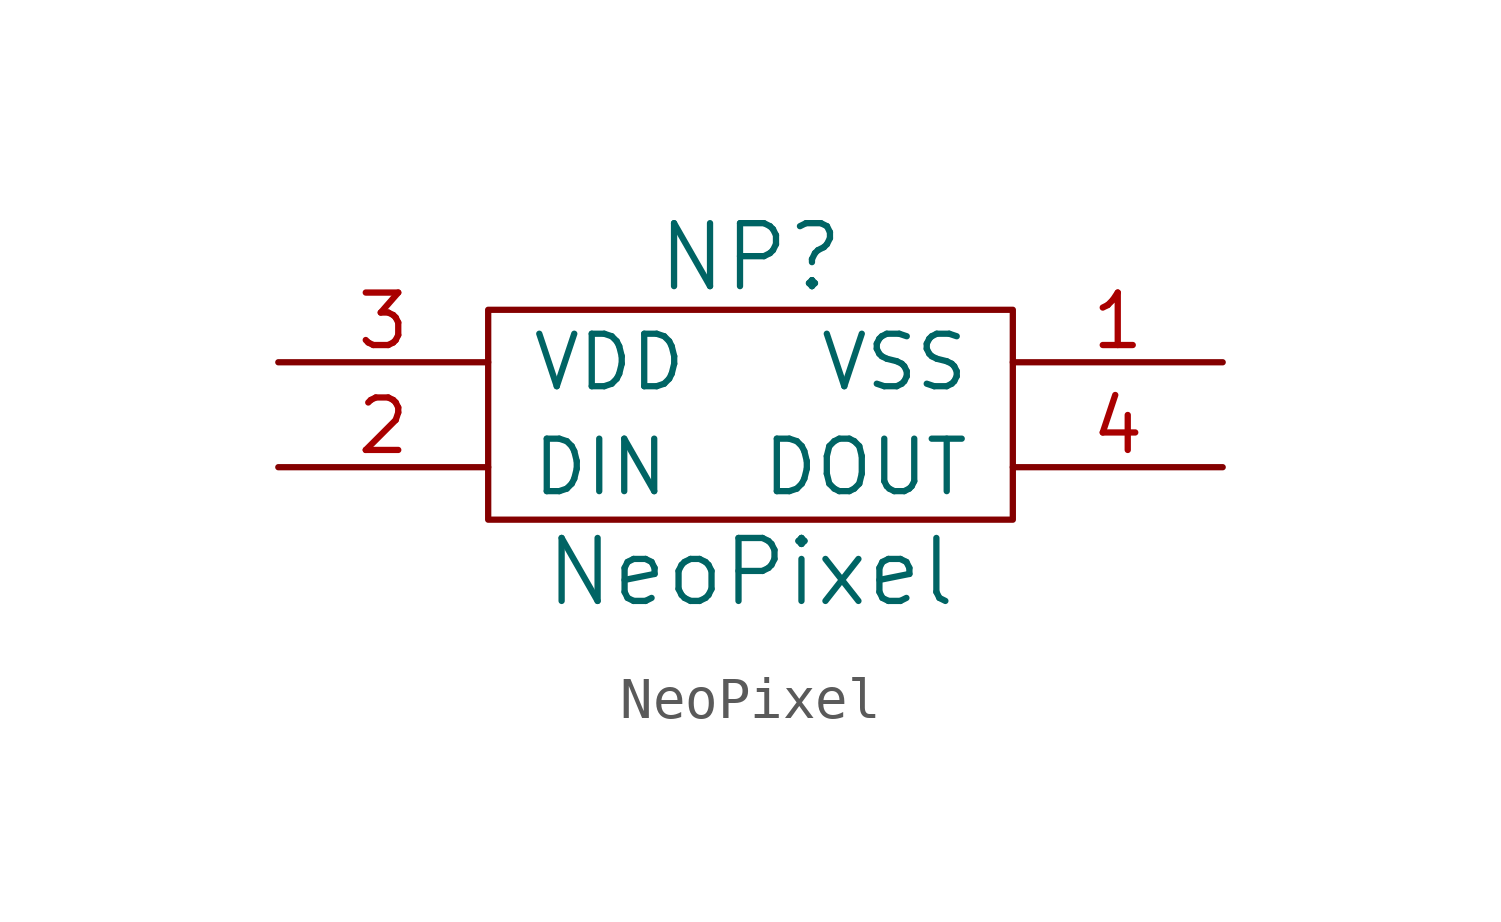
<source format=kicad_sym>
(kicad_symbol_lib
  (version 20241209)
  (generator "kicad_symbol_editor")
  (generator_version "9.0")
  (symbol "NeoPixel"
    (pin_names
      (offset 1.016))
    (property "Reference" "NP"
      (at 0 3.81 0)
      (effects (font (size 1.524 1.524))))
    (property "Value" "NeoPixel"
      (at 0 -3.81 0)
      (effects (font (size 1.524 1.524))))
    (symbol "NeoPixel_0_1"
      (rectangle (start -6.35 2.54) (end 6.35 -2.54) (stroke (width 0) (type solid)) (fill (type none))))
    (symbol "NeoPixel_1_1"
      (pin power_in line (at -11.43 1.27 0) (length 5.08) (name "VDD" (effects (font (size 1.27 1.27)))) (number "3" (effects (font (size 1.27 1.27)))))
      (pin input line (at -11.43 -1.27 0) (length 5.08) (name "DIN" (effects (font (size 1.27 1.27)))) (number "2" (effects (font (size 1.27 1.27)))))
      (pin power_in line (at 11.43 1.27 180) (length 5.08) (name "VSS" (effects (font (size 1.27 1.27)))) (number "1" (effects (font (size 1.27 1.27)))))
      (pin output line (at 11.43 -1.27 180) (length 5.08) (name "DOUT" (effects (font (size 1.27 1.27)))) (number "4" (effects (font (size 1.27 1.27))))))))
</source>
